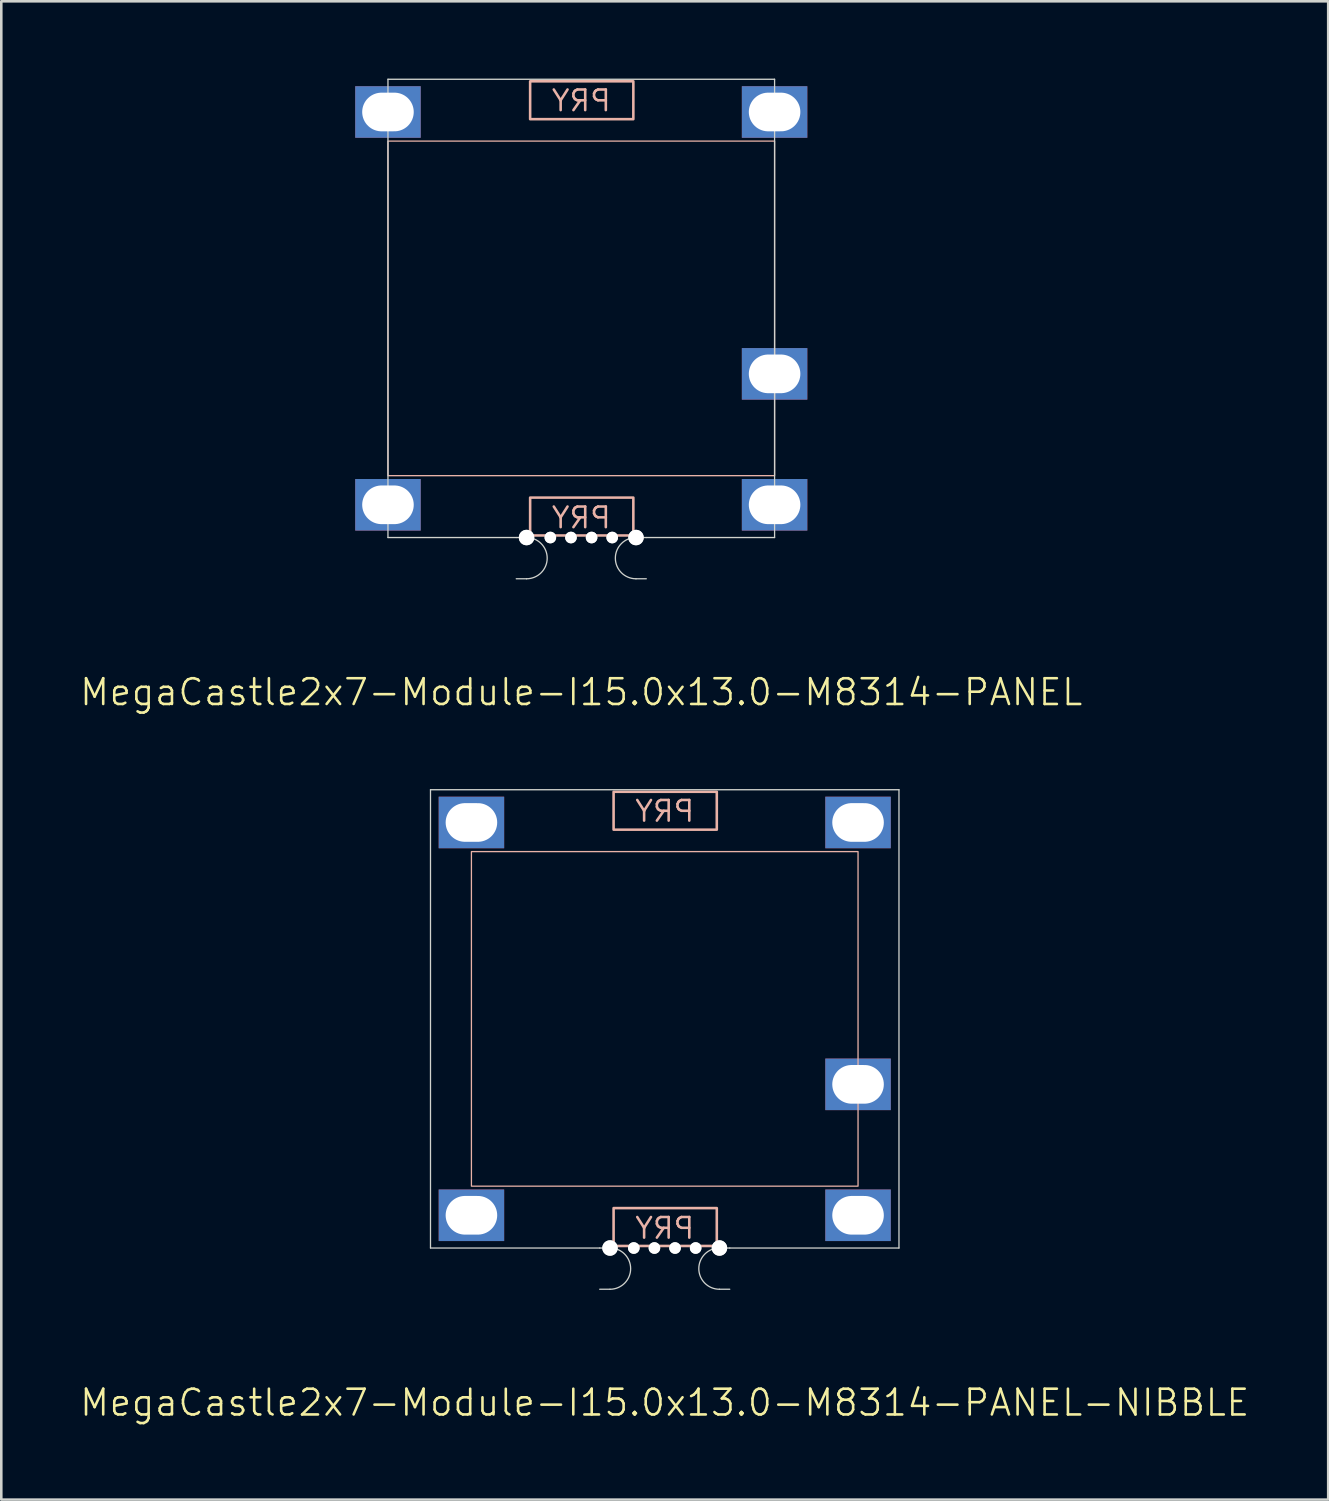
<source format=kicad_pcb>
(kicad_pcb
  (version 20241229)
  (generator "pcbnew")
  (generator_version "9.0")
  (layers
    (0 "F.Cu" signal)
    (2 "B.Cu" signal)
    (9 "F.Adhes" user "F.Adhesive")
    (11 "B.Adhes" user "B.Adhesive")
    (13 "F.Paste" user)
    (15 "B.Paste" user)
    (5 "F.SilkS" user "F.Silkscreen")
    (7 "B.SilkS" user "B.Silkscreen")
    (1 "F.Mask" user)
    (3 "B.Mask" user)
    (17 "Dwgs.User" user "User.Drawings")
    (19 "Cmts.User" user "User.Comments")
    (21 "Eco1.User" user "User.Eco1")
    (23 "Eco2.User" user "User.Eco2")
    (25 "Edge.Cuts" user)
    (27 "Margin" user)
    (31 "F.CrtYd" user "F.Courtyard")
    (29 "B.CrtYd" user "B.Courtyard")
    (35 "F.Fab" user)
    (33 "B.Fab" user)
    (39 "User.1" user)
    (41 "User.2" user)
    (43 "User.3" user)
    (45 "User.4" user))
  (footprint "MegaCastle2x7-Module-I15.0x13.0-M8314-PANEL-NIBBLE"
    (layer "F.Cu")
    (at 22.74 36.48)
    (property "Reference" "MegaCastle2x7-Module-I15.0x13.0-M8314-PANEL-NIBBLE" (at 0 14.89 0) (unlocked yes) (layer "F.SilkS") (effects (font (size 1 1) (thickness 0.1))))
    (attr smd)
    (fp_rect (start -7.5 6.49) (end 7.5 -6.49) (stroke (width 0.05) (type default)) (fill no) (layer "B.SilkS"))
    (fp_rect (start -1.984 -7.341) (end 2.02 -8.81) (stroke (width 0.1) (type default)) (fill no) (layer "B.SilkS"))
    (fp_rect (start -1.984 7.341) (end 2.02 8.81) (stroke (width 0.1) (type default)) (fill no) (layer "B.SilkS"))
    (fp_line (start -9.088 -8.89) (end -9.088 8.89) (stroke (width 0.05) (type default)) (layer "Edge.Cuts"))
    (fp_line (start -9.088 -8.89) (end 9.088 -8.89) (stroke (width 0.05) (type default)) (layer "Edge.Cuts"))
    (fp_line (start -9.088 8.89) (end -2.522 8.89) (stroke (width 0.05) (type default)) (layer "Edge.Cuts"))
    (fp_line (start -2.522 8.89) (end -2.123 8.89) (stroke (width 0.05) (type default)) (layer "Edge.Cuts"))
    (fp_line (start -2.522 10.49) (end -2.123 10.49) (stroke (width 0.05) (type default)) (layer "Edge.Cuts"))
    (fp_line (start 2.522 8.89) (end 2.123 8.89) (stroke (width 0.05) (type default)) (layer "Edge.Cuts"))
    (fp_line (start 2.522 8.89) (end 9.088 8.89) (stroke (width 0.05) (type default)) (layer "Edge.Cuts"))
    (fp_line (start 2.522 10.49) (end 2.123 10.49) (stroke (width 0.05) (type default)) (layer "Edge.Cuts"))
    (fp_line (start 9.088 -8.89) (end 9.088 8.89) (stroke (width 0.05) (type default)) (layer "Edge.Cuts"))
    (fp_arc (start -2.1225 8.89) (mid -1.3225 9.69) (end -2.1225 10.49) (stroke (width 0.05) (type default)) (layer "Edge.Cuts"))
    (fp_arc (start 2.1225 10.49) (mid 1.3225 9.69) (end 2.1225 8.89) (stroke (width 0.05) (type default)) (layer "Edge.Cuts"))
    (fp_text user "PRY" (at 0 -7.59 0) (unlocked yes) (layer "B.SilkS") (effects (font (size 0.8 0.8) (thickness 0.1)) (justify bottom mirror)))
    (fp_text user "PRY" (at 0 8.59 0) (unlocked yes) (layer "B.SilkS") (effects (font (size 0.8 0.8) (thickness 0.1)) (justify bottom mirror)))
    (pad "" np_thru_hole circle (at -2.123 8.89) (size 0.6 0.6) (drill 0.6) (layers "*.Cu" "Edge.Cuts"))
    (pad "" np_thru_hole circle (at -1.2 8.89) (size 0.45 0.45) (drill 0.45) (layers "*.Cu" "Edge.Cuts"))
    (pad "" np_thru_hole circle (at -0.4 8.89) (size 0.45 0.45) (drill 0.45) (layers "*.Cu" "Edge.Cuts"))
    (pad "" np_thru_hole circle (at 0.4 8.89) (size 0.45 0.45) (drill 0.45) (layers "*.Cu" "Edge.Cuts"))
    (pad "" np_thru_hole circle (at 1.2 8.89) (size 0.45 0.45) (drill 0.45) (layers "*.Cu" "Edge.Cuts"))
    (pad "" np_thru_hole circle (at 2.123 8.89) (size 0.6 0.6) (drill 0.6) (layers "*.Cu" "Edge.Cuts"))
    (pad "1" thru_hole rect (at -7.5 -7.62) (size 2.54 2) (drill oval 2 1.5) (property pad_prop_castellated) (layers "*.Cu" "*.Mask"))
    (pad "7" thru_hole rect (at -7.5 7.62) (size 2.54 2) (drill oval 2 1.5) (property pad_prop_castellated) (layers "*.Cu" "*.Mask"))
    (pad "8" thru_hole rect (at 7.5 -7.62) (size 2.54 2) (drill oval 2 1.5) (property pad_prop_castellated) (layers "*.Cu" "*.Mask"))
    (pad "12" thru_hole rect (at 7.5 2.54) (size 2.54 2) (drill oval 2 1.5) (property pad_prop_castellated) (layers "*.Cu" "*.Mask"))
    (pad "14" thru_hole rect (at 7.5 7.62) (size 2.54 2) (drill oval 2 1.5) (property pad_prop_castellated) (layers "*.Cu" "*.Mask"))
    (zone (net_name "") (layer "B.Cu") (hatch edge 0.5) (connect_pads) (min_thickness 0.25) (filled_areas_thickness no) (keepout (tracks allowed) (vias allowed) (pads allowed) (copperpour allowed) (footprints not_allowed)) (placement (enabled no)) (fill) (polygon (pts (xy 15.24 45.37) (xy 15.24 27.59))))
    (zone (net_name "") (layer "B.Cu") (hatch edge 0.5) (connect_pads) (min_thickness 0.25) (filled_areas_thickness no) (keepout (tracks allowed) (vias allowed) (pads allowed) (copperpour allowed) (footprints not_allowed)) (placement (enabled no)) (fill) (polygon (pts (xy 30.24 45.37) (xy 30.24 27.59))))
    (zone (net_name "") (layer "B.Cu") (hatch edge 0.5) (connect_pads) (min_thickness 0.25) (filled_areas_thickness no) (keepout (tracks allowed) (vias allowed) (pads allowed) (copperpour allowed) (footprints not_allowed)) (placement (enabled no)) (fill) (polygon (pts (xy 15.24 27.59) (xy 15.24 29.991) (xy 30.24 29.991) (xy 30.24 27.59))))
    (zone (net_name "") (layer "B.Cu") (hatch edge 0.5) (connect_pads) (min_thickness 0.25) (filled_areas_thickness no) (keepout (tracks allowed) (vias allowed) (pads allowed) (copperpour allowed) (footprints not_allowed)) (placement (enabled no)) (fill) (polygon (pts (xy 15.24 45.37) (xy 15.24 42.971) (xy 30.24 42.971) (xy 30.24 45.37))))
    (zone (net_name "") (layer "B.Cu") (name "Upper Pry Zone") (hatch edge 0.5) (connect_pads) (min_thickness 0.25) (filled_areas_thickness no) (keepout (tracks not_allowed) (vias not_allowed) (pads not_allowed) (copperpour allowed) (footprints not_allowed)) (placement (enabled no)) (fill) (polygon (pts (xy 20.756 29.139) (xy 20.756 27.671) (xy 24.76 27.671) (xy 24.76 29.139))))
    (zone (net_name "") (layer "B.Cu") (name "Upper Pry Zone") (hatch edge 0.5) (connect_pads) (min_thickness 0.25) (filled_areas_thickness no) (keepout (tracks not_allowed) (vias not_allowed) (pads not_allowed) (copperpour allowed) (footprints not_allowed)) (placement (enabled no)) (fill) (polygon (pts (xy 20.756 43.822) (xy 20.756 45.291) (xy 24.76 45.291) (xy 24.76 43.822)))))
  (footprint "MegaCastle2x7-Module-I15.0x13.0-M8314-PANEL"
    (layer "F.Cu")
    (at 19.502 8.915)
    (property "Reference" "MegaCastle2x7-Module-I15.0x13.0-M8314-PANEL" (at 0 14.89 0) (unlocked yes) (layer "F.SilkS") (effects (font (size 1 1) (thickness 0.1))))
    (attr smd)
    (fp_rect (start -7.5 6.49) (end 7.5 -6.49) (stroke (width 0.05) (type default)) (fill no) (layer "B.SilkS"))
    (fp_rect (start -1.984 -7.341) (end 2.02 -8.81) (stroke (width 0.1) (type default)) (fill no) (layer "B.SilkS"))
    (fp_rect (start -1.984 7.341) (end 2.02 8.81) (stroke (width 0.1) (type default)) (fill no) (layer "B.SilkS"))
    (fp_line (start -7.5 -8.89) (end -7.5 8.89) (stroke (width 0.05) (type default)) (layer "Edge.Cuts"))
    (fp_line (start -7.5 -8.89) (end 7.5 -8.89) (stroke (width 0.05) (type default)) (layer "Edge.Cuts"))
    (fp_line (start -7.5 8.89) (end -2.522 8.89) (stroke (width 0.05) (type default)) (layer "Edge.Cuts"))
    (fp_line (start -2.522 8.89) (end -2.123 8.89) (stroke (width 0.05) (type default)) (layer "Edge.Cuts"))
    (fp_line (start -2.522 10.49) (end -2.123 10.49) (stroke (width 0.05) (type default)) (layer "Edge.Cuts"))
    (fp_line (start 2.522 8.89) (end 2.123 8.89) (stroke (width 0.05) (type default)) (layer "Edge.Cuts"))
    (fp_line (start 2.522 8.89) (end 7.5 8.89) (stroke (width 0.05) (type default)) (layer "Edge.Cuts"))
    (fp_line (start 2.522 10.49) (end 2.123 10.49) (stroke (width 0.05) (type default)) (layer "Edge.Cuts"))
    (fp_line (start 7.5 -8.89) (end 7.5 8.89) (stroke (width 0.05) (type default)) (layer "Edge.Cuts"))
    (fp_arc (start -2.1225 8.89) (mid -1.3225 9.69) (end -2.1225 10.49) (stroke (width 0.05) (type default)) (layer "Edge.Cuts"))
    (fp_arc (start 2.1225 10.49) (mid 1.3225 9.69) (end 2.1225 8.89) (stroke (width 0.05) (type default)) (layer "Edge.Cuts"))
    (fp_text user "PRY" (at 0 8.59 0) (unlocked yes) (layer "B.SilkS") (effects (font (size 0.8 0.8) (thickness 0.1)) (justify bottom mirror)))
    (fp_text user "PRY" (at 0 -7.59 0) (unlocked yes) (layer "B.SilkS") (effects (font (size 0.8 0.8) (thickness 0.1)) (justify bottom mirror)))
    (pad "" np_thru_hole circle (at -2.123 8.89) (size 0.6 0.6) (drill 0.6) (layers "*.Cu" "Edge.Cuts"))
    (pad "" np_thru_hole circle (at -1.2 8.89) (size 0.45 0.45) (drill 0.45) (layers "*.Cu" "Edge.Cuts"))
    (pad "" np_thru_hole circle (at -0.4 8.89) (size 0.45 0.45) (drill 0.45) (layers "*.Cu" "Edge.Cuts"))
    (pad "" np_thru_hole circle (at 0.4 8.89) (size 0.45 0.45) (drill 0.45) (layers "*.Cu" "Edge.Cuts"))
    (pad "" np_thru_hole circle (at 1.2 8.89) (size 0.45 0.45) (drill 0.45) (layers "*.Cu" "Edge.Cuts"))
    (pad "" np_thru_hole circle (at 2.123 8.89) (size 0.6 0.6) (drill 0.6) (layers "*.Cu" "Edge.Cuts"))
    (pad "1" thru_hole rect (at -7.5 -7.62) (size 2.54 2) (drill oval 2 1.5) (property pad_prop_castellated) (layers "*.Cu" "*.Mask"))
    (pad "7" thru_hole rect (at -7.5 7.62) (size 2.54 2) (drill oval 2 1.5) (property pad_prop_castellated) (layers "*.Cu" "*.Mask"))
    (pad "8" thru_hole rect (at 7.5 -7.62) (size 2.54 2) (drill oval 2 1.5) (property pad_prop_castellated) (layers "*.Cu" "*.Mask"))
    (pad "12" thru_hole rect (at 7.5 2.54) (size 2.54 2) (drill oval 2 1.5) (property pad_prop_castellated) (layers "*.Cu" "*.Mask"))
    (pad "14" thru_hole rect (at 7.5 7.62) (size 2.54 2) (drill oval 2 1.5) (property pad_prop_castellated) (layers "*.Cu" "*.Mask"))
    (zone (net_name "") (layer "B.Cu") (hatch edge 0.5) (connect_pads) (min_thickness 0.25) (filled_areas_thickness no) (keepout (tracks allowed) (vias allowed) (pads allowed) (copperpour allowed) (footprints not_allowed)) (placement (enabled no)) (fill) (polygon (pts (xy 12.002 17.805) (xy 12.002 0.025))))
    (zone (net_name "") (layer "B.Cu") (hatch edge 0.5) (connect_pads) (min_thickness 0.25) (filled_areas_thickness no) (keepout (tracks allowed) (vias allowed) (pads allowed) (copperpour allowed) (footprints not_allowed)) (placement (enabled no)) (fill) (polygon (pts (xy 27.002 17.805) (xy 27.002 0.025))))
    (zone (net_name "") (layer "B.Cu") (hatch edge 0.5) (connect_pads) (min_thickness 0.25) (filled_areas_thickness no) (keepout (tracks allowed) (vias allowed) (pads allowed) (copperpour allowed) (footprints not_allowed)) (placement (enabled no)) (fill) (polygon (pts (xy 12.002 0.025) (xy 12.002 2.425) (xy 27.002 2.425) (xy 27.002 0.025))))
    (zone (net_name "") (layer "B.Cu") (hatch edge 0.5) (connect_pads) (min_thickness 0.25) (filled_areas_thickness no) (keepout (tracks allowed) (vias allowed) (pads allowed) (copperpour allowed) (footprints not_allowed)) (placement (enabled no)) (fill) (polygon (pts (xy 12.002 17.805) (xy 12.002 15.405) (xy 27.002 15.405) (xy 27.002 17.805))))
    (zone (net_name "") (layer "B.Cu") (name "Upper Pry Zone") (hatch edge 0.5) (connect_pads) (min_thickness 0.25) (filled_areas_thickness no) (keepout (tracks not_allowed) (vias not_allowed) (pads not_allowed) (copperpour allowed) (footprints not_allowed)) (placement (enabled no)) (fill) (polygon (pts (xy 17.518 1.574) (xy 17.518 0.105) (xy 21.522 0.105) (xy 21.522 1.574))))
    (zone (net_name "") (layer "B.Cu") (name "Upper Pry Zone") (hatch edge 0.5) (connect_pads) (min_thickness 0.25) (filled_areas_thickness no) (keepout (tracks not_allowed) (vias not_allowed) (pads not_allowed) (copperpour allowed) (footprints not_allowed)) (placement (enabled no)) (fill) (polygon (pts (xy 17.518 16.256) (xy 17.518 17.725) (xy 21.522 17.725) (xy 21.522 16.256)))))
  (gr_rect
    (start -3 -3)
    (end 48.481 55.131)
    (stroke (width 0.1) (type default))
    (fill no)
    (layer "Edge.Cuts")))
</source>
